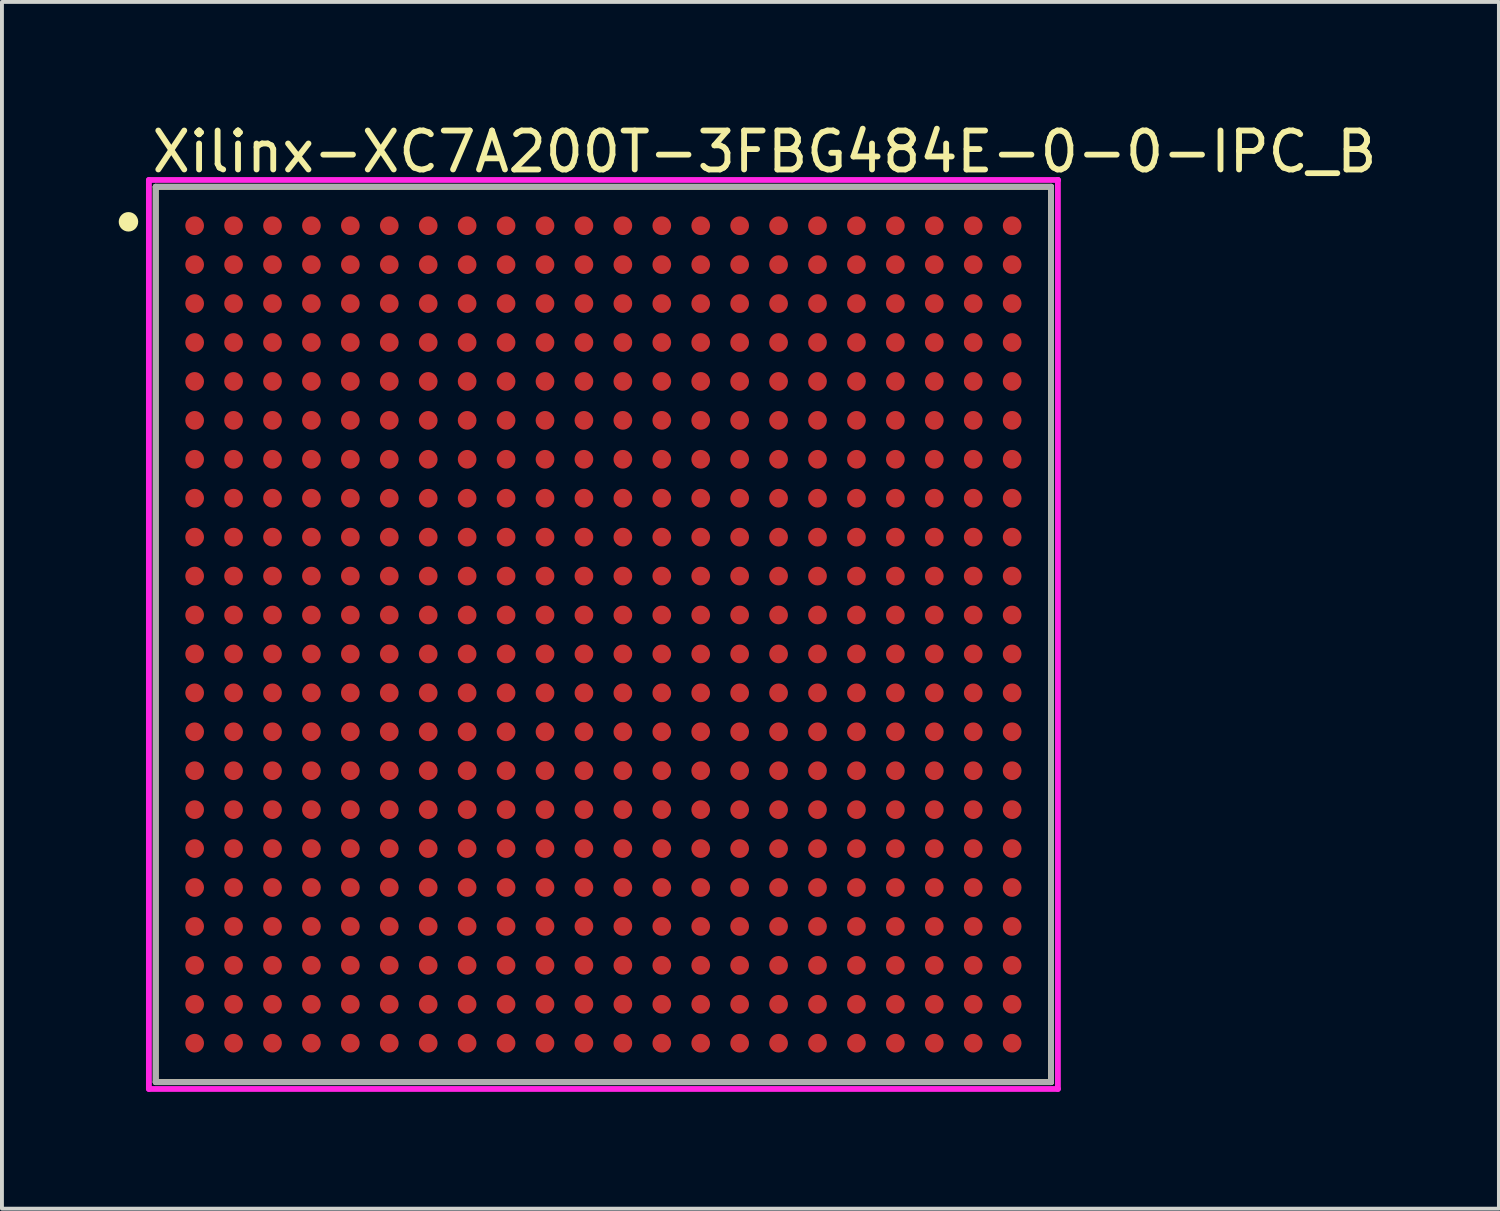
<source format=kicad_pcb>
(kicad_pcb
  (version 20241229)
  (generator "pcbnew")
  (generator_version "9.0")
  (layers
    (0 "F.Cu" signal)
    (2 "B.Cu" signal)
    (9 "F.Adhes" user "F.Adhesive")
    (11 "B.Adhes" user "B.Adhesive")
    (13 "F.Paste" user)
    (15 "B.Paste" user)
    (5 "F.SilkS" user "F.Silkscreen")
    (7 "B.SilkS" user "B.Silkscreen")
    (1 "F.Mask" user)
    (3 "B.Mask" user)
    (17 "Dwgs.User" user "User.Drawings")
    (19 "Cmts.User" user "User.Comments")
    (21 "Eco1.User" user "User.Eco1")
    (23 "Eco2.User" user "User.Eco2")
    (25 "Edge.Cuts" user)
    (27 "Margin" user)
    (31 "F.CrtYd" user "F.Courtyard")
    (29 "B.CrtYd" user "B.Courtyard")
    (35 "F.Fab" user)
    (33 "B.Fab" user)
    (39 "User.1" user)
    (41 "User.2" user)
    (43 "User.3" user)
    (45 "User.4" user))
  (footprint "Xilinx-XC7A200T-3FBG484E-0-0-IPC_B"
    (layer "F.Cu")
    (at 12.45 13.248)
    (property "Reference" "Xilinx-XC7A200T-3FBG484E-0-0-IPC_B" (at -11.675 -12.4 0) (layer "F.SilkS") (effects (font (size 1 1) (thickness 0.15)) (justify left)))
    (attr through_hole)
    (fp_line (start -11.5 -11.5) (end 11.5 -11.5) (stroke (width 0.15) (type solid)) (layer "F.SilkS"))
    (fp_line (start -11.5 11.5) (end -11.5 -11.5) (stroke (width 0.15) (type solid)) (layer "F.SilkS"))
    (fp_line (start 11.5 -11.5) (end 11.5 11.5) (stroke (width 0.15) (type solid)) (layer "F.SilkS"))
    (fp_line (start 11.5 11.5) (end -11.5 11.5) (stroke (width 0.15) (type solid)) (layer "F.SilkS"))
    (fp_circle (center -12.2 -10.6) (end -12.075 -10.6) (stroke (width 0.25) (type solid)) (fill no) (layer "F.SilkS"))
    (fp_line (start -11.675 -11.675) (end -11.675 11.675) (stroke (width 0.15) (type solid)) (layer "F.CrtYd"))
    (fp_line (start -11.675 11.675) (end 11.675 11.675) (stroke (width 0.15) (type solid)) (layer "F.CrtYd"))
    (fp_line (start 11.675 -11.675) (end -11.675 -11.675) (stroke (width 0.15) (type solid)) (layer "F.CrtYd"))
    (fp_line (start 11.675 -11.675) (end 11.675 -11.675) (stroke (width 0.15) (type solid)) (layer "F.CrtYd"))
    (fp_line (start 11.675 11.675) (end 11.675 -11.675) (stroke (width 0.15) (type solid)) (layer "F.CrtYd"))
    (fp_line (start -11.5 -11.5) (end 11.5 -11.5) (stroke (width 0.15) (type solid)) (layer "F.Fab"))
    (fp_line (start -11.5 11.5) (end -11.5 -11.5) (stroke (width 0.15) (type solid)) (layer "F.Fab"))
    (fp_line (start 11.5 -11.5) (end 11.5 11.5) (stroke (width 0.15) (type solid)) (layer "F.Fab"))
    (fp_line (start 11.5 11.5) (end -11.5 11.5) (stroke (width 0.15) (type solid)) (layer "F.Fab"))
    (pad "A1" smd circle (at -10.5 -10.5) (size 0.48 0.48) (layers "F.Cu" "F.Mask" "F.Paste"))
    (pad "A2" smd circle (at -9.5 -10.5) (size 0.48 0.48) (layers "F.Cu" "F.Mask" "F.Paste"))
    (pad "A3" smd circle (at -8.5 -10.5) (size 0.48 0.48) (layers "F.Cu" "F.Mask" "F.Paste"))
    (pad "A4" smd circle (at -7.5 -10.5) (size 0.48 0.48) (layers "F.Cu" "F.Mask" "F.Paste"))
    (pad "A5" smd circle (at -6.5 -10.5) (size 0.48 0.48) (layers "F.Cu" "F.Mask" "F.Paste"))
    (pad "A6" smd circle (at -5.5 -10.5) (size 0.48 0.48) (layers "F.Cu" "F.Mask" "F.Paste"))
    (pad "A7" smd circle (at -4.5 -10.5) (size 0.48 0.48) (layers "F.Cu" "F.Mask" "F.Paste"))
    (pad "A8" smd circle (at -3.5 -10.5) (size 0.48 0.48) (layers "F.Cu" "F.Mask" "F.Paste"))
    (pad "A9" smd circle (at -2.5 -10.5) (size 0.48 0.48) (layers "F.Cu" "F.Mask" "F.Paste"))
    (pad "A10" smd circle (at -1.5 -10.5) (size 0.48 0.48) (layers "F.Cu" "F.Mask" "F.Paste"))
    (pad "A11" smd circle (at -0.5 -10.5) (size 0.48 0.48) (layers "F.Cu" "F.Mask" "F.Paste"))
    (pad "A12" smd circle (at 0.5 -10.5) (size 0.48 0.48) (layers "F.Cu" "F.Mask" "F.Paste"))
    (pad "A13" smd circle (at 1.5 -10.5) (size 0.48 0.48) (layers "F.Cu" "F.Mask" "F.Paste"))
    (pad "A14" smd circle (at 2.5 -10.5) (size 0.48 0.48) (layers "F.Cu" "F.Mask" "F.Paste"))
    (pad "A15" smd circle (at 3.5 -10.5) (size 0.48 0.48) (layers "F.Cu" "F.Mask" "F.Paste"))
    (pad "A16" smd circle (at 4.5 -10.5) (size 0.48 0.48) (layers "F.Cu" "F.Mask" "F.Paste"))
    (pad "A17" smd circle (at 5.5 -10.5) (size 0.48 0.48) (layers "F.Cu" "F.Mask" "F.Paste"))
    (pad "A18" smd circle (at 6.5 -10.5) (size 0.48 0.48) (layers "F.Cu" "F.Mask" "F.Paste"))
    (pad "A19" smd circle (at 7.5 -10.5) (size 0.48 0.48) (layers "F.Cu" "F.Mask" "F.Paste"))
    (pad "A20" smd circle (at 8.5 -10.5) (size 0.48 0.48) (layers "F.Cu" "F.Mask" "F.Paste"))
    (pad "A21" smd circle (at 9.5 -10.5) (size 0.48 0.48) (layers "F.Cu" "F.Mask" "F.Paste"))
    (pad "A22" smd circle (at 10.5 -10.5) (size 0.48 0.48) (layers "F.Cu" "F.Mask" "F.Paste"))
    (pad "AA1" smd circle (at -10.5 9.5) (size 0.48 0.48) (layers "F.Cu" "F.Mask" "F.Paste"))
    (pad "AA2" smd circle (at -9.5 9.5) (size 0.48 0.48) (layers "F.Cu" "F.Mask" "F.Paste"))
    (pad "AA3" smd circle (at -8.5 9.5) (size 0.48 0.48) (layers "F.Cu" "F.Mask" "F.Paste"))
    (pad "AA4" smd circle (at -7.5 9.5) (size 0.48 0.48) (layers "F.Cu" "F.Mask" "F.Paste"))
    (pad "AA5" smd circle (at -6.5 9.5) (size 0.48 0.48) (layers "F.Cu" "F.Mask" "F.Paste"))
    (pad "AA6" smd circle (at -5.5 9.5) (size 0.48 0.48) (layers "F.Cu" "F.Mask" "F.Paste"))
    (pad "AA7" smd circle (at -4.5 9.5) (size 0.48 0.48) (layers "F.Cu" "F.Mask" "F.Paste"))
    (pad "AA8" smd circle (at -3.5 9.5) (size 0.48 0.48) (layers "F.Cu" "F.Mask" "F.Paste"))
    (pad "AA9" smd circle (at -2.5 9.5) (size 0.48 0.48) (layers "F.Cu" "F.Mask" "F.Paste"))
    (pad "AA10" smd circle (at -1.5 9.5) (size 0.48 0.48) (layers "F.Cu" "F.Mask" "F.Paste"))
    (pad "AA11" smd circle (at -0.5 9.5) (size 0.48 0.48) (layers "F.Cu" "F.Mask" "F.Paste"))
    (pad "AA12" smd circle (at 0.5 9.5) (size 0.48 0.48) (layers "F.Cu" "F.Mask" "F.Paste"))
    (pad "AA13" smd circle (at 1.5 9.5) (size 0.48 0.48) (layers "F.Cu" "F.Mask" "F.Paste"))
    (pad "AA14" smd circle (at 2.5 9.5) (size 0.48 0.48) (layers "F.Cu" "F.Mask" "F.Paste"))
    (pad "AA15" smd circle (at 3.5 9.5) (size 0.48 0.48) (layers "F.Cu" "F.Mask" "F.Paste"))
    (pad "AA16" smd circle (at 4.5 9.5) (size 0.48 0.48) (layers "F.Cu" "F.Mask" "F.Paste"))
    (pad "AA17" smd circle (at 5.5 9.5) (size 0.48 0.48) (layers "F.Cu" "F.Mask" "F.Paste"))
    (pad "AA18" smd circle (at 6.5 9.5) (size 0.48 0.48) (layers "F.Cu" "F.Mask" "F.Paste"))
    (pad "AA19" smd circle (at 7.5 9.5) (size 0.48 0.48) (layers "F.Cu" "F.Mask" "F.Paste"))
    (pad "AA20" smd circle (at 8.5 9.5) (size 0.48 0.48) (layers "F.Cu" "F.Mask" "F.Paste"))
    (pad "AA21" smd circle (at 9.5 9.5) (size 0.48 0.48) (layers "F.Cu" "F.Mask" "F.Paste"))
    (pad "AA22" smd circle (at 10.5 9.5) (size 0.48 0.48) (layers "F.Cu" "F.Mask" "F.Paste"))
    (pad "AB1" smd circle (at -10.5 10.5) (size 0.48 0.48) (layers "F.Cu" "F.Mask" "F.Paste"))
    (pad "AB2" smd circle (at -9.5 10.5) (size 0.48 0.48) (layers "F.Cu" "F.Mask" "F.Paste"))
    (pad "AB3" smd circle (at -8.5 10.5) (size 0.48 0.48) (layers "F.Cu" "F.Mask" "F.Paste"))
    (pad "AB4" smd circle (at -7.5 10.5) (size 0.48 0.48) (layers "F.Cu" "F.Mask" "F.Paste"))
    (pad "AB5" smd circle (at -6.5 10.5) (size 0.48 0.48) (layers "F.Cu" "F.Mask" "F.Paste"))
    (pad "AB6" smd circle (at -5.5 10.5) (size 0.48 0.48) (layers "F.Cu" "F.Mask" "F.Paste"))
    (pad "AB7" smd circle (at -4.5 10.5) (size 0.48 0.48) (layers "F.Cu" "F.Mask" "F.Paste"))
    (pad "AB8" smd circle (at -3.5 10.5) (size 0.48 0.48) (layers "F.Cu" "F.Mask" "F.Paste"))
    (pad "AB9" smd circle (at -2.5 10.5) (size 0.48 0.48) (layers "F.Cu" "F.Mask" "F.Paste"))
    (pad "AB10" smd circle (at -1.5 10.5) (size 0.48 0.48) (layers "F.Cu" "F.Mask" "F.Paste"))
    (pad "AB11" smd circle (at -0.5 10.5) (size 0.48 0.48) (layers "F.Cu" "F.Mask" "F.Paste"))
    (pad "AB12" smd circle (at 0.5 10.5) (size 0.48 0.48) (layers "F.Cu" "F.Mask" "F.Paste"))
    (pad "AB13" smd circle (at 1.5 10.5) (size 0.48 0.48) (layers "F.Cu" "F.Mask" "F.Paste"))
    (pad "AB14" smd circle (at 2.5 10.5) (size 0.48 0.48) (layers "F.Cu" "F.Mask" "F.Paste"))
    (pad "AB15" smd circle (at 3.5 10.5) (size 0.48 0.48) (layers "F.Cu" "F.Mask" "F.Paste"))
    (pad "AB16" smd circle (at 4.5 10.5) (size 0.48 0.48) (layers "F.Cu" "F.Mask" "F.Paste"))
    (pad "AB17" smd circle (at 5.5 10.5) (size 0.48 0.48) (layers "F.Cu" "F.Mask" "F.Paste"))
    (pad "AB18" smd circle (at 6.5 10.5) (size 0.48 0.48) (layers "F.Cu" "F.Mask" "F.Paste"))
    (pad "AB19" smd circle (at 7.5 10.5) (size 0.48 0.48) (layers "F.Cu" "F.Mask" "F.Paste"))
    (pad "AB20" smd circle (at 8.5 10.5) (size 0.48 0.48) (layers "F.Cu" "F.Mask" "F.Paste"))
    (pad "AB21" smd circle (at 9.5 10.5) (size 0.48 0.48) (layers "F.Cu" "F.Mask" "F.Paste"))
    (pad "AB22" smd circle (at 10.5 10.5) (size 0.48 0.48) (layers "F.Cu" "F.Mask" "F.Paste"))
    (pad "B1" smd circle (at -10.5 -9.5) (size 0.48 0.48) (layers "F.Cu" "F.Mask" "F.Paste"))
    (pad "B2" smd circle (at -9.5 -9.5) (size 0.48 0.48) (layers "F.Cu" "F.Mask" "F.Paste"))
    (pad "B3" smd circle (at -8.5 -9.5) (size 0.48 0.48) (layers "F.Cu" "F.Mask" "F.Paste"))
    (pad "B4" smd circle (at -7.5 -9.5) (size 0.48 0.48) (layers "F.Cu" "F.Mask" "F.Paste"))
    (pad "B5" smd circle (at -6.5 -9.5) (size 0.48 0.48) (layers "F.Cu" "F.Mask" "F.Paste"))
    (pad "B6" smd circle (at -5.5 -9.5) (size 0.48 0.48) (layers "F.Cu" "F.Mask" "F.Paste"))
    (pad "B7" smd circle (at -4.5 -9.5) (size 0.48 0.48) (layers "F.Cu" "F.Mask" "F.Paste"))
    (pad "B8" smd circle (at -3.5 -9.5) (size 0.48 0.48) (layers "F.Cu" "F.Mask" "F.Paste"))
    (pad "B9" smd circle (at -2.5 -9.5) (size 0.48 0.48) (layers "F.Cu" "F.Mask" "F.Paste"))
    (pad "B10" smd circle (at -1.5 -9.5) (size 0.48 0.48) (layers "F.Cu" "F.Mask" "F.Paste"))
    (pad "B11" smd circle (at -0.5 -9.5) (size 0.48 0.48) (layers "F.Cu" "F.Mask" "F.Paste"))
    (pad "B12" smd circle (at 0.5 -9.5) (size 0.48 0.48) (layers "F.Cu" "F.Mask" "F.Paste"))
    (pad "B13" smd circle (at 1.5 -9.5) (size 0.48 0.48) (layers "F.Cu" "F.Mask" "F.Paste"))
    (pad "B14" smd circle (at 2.5 -9.5) (size 0.48 0.48) (layers "F.Cu" "F.Mask" "F.Paste"))
    (pad "B15" smd circle (at 3.5 -9.5) (size 0.48 0.48) (layers "F.Cu" "F.Mask" "F.Paste"))
    (pad "B16" smd circle (at 4.5 -9.5) (size 0.48 0.48) (layers "F.Cu" "F.Mask" "F.Paste"))
    (pad "B17" smd circle (at 5.5 -9.5) (size 0.48 0.48) (layers "F.Cu" "F.Mask" "F.Paste"))
    (pad "B18" smd circle (at 6.5 -9.5) (size 0.48 0.48) (layers "F.Cu" "F.Mask" "F.Paste"))
    (pad "B19" smd circle (at 7.5 -9.5) (size 0.48 0.48) (layers "F.Cu" "F.Mask" "F.Paste"))
    (pad "B20" smd circle (at 8.5 -9.5) (size 0.48 0.48) (layers "F.Cu" "F.Mask" "F.Paste"))
    (pad "B21" smd circle (at 9.5 -9.5) (size 0.48 0.48) (layers "F.Cu" "F.Mask" "F.Paste"))
    (pad "B22" smd circle (at 10.5 -9.5) (size 0.48 0.48) (layers "F.Cu" "F.Mask" "F.Paste"))
    (pad "C1" smd circle (at -10.5 -8.5) (size 0.48 0.48) (layers "F.Cu" "F.Mask" "F.Paste"))
    (pad "C2" smd circle (at -9.5 -8.5) (size 0.48 0.48) (layers "F.Cu" "F.Mask" "F.Paste"))
    (pad "C3" smd circle (at -8.5 -8.5) (size 0.48 0.48) (layers "F.Cu" "F.Mask" "F.Paste"))
    (pad "C4" smd circle (at -7.5 -8.5) (size 0.48 0.48) (layers "F.Cu" "F.Mask" "F.Paste"))
    (pad "C5" smd circle (at -6.5 -8.5) (size 0.48 0.48) (layers "F.Cu" "F.Mask" "F.Paste"))
    (pad "C6" smd circle (at -5.5 -8.5) (size 0.48 0.48) (layers "F.Cu" "F.Mask" "F.Paste"))
    (pad "C7" smd circle (at -4.5 -8.5) (size 0.48 0.48) (layers "F.Cu" "F.Mask" "F.Paste"))
    (pad "C8" smd circle (at -3.5 -8.5) (size 0.48 0.48) (layers "F.Cu" "F.Mask" "F.Paste"))
    (pad "C9" smd circle (at -2.5 -8.5) (size 0.48 0.48) (layers "F.Cu" "F.Mask" "F.Paste"))
    (pad "C10" smd circle (at -1.5 -8.5) (size 0.48 0.48) (layers "F.Cu" "F.Mask" "F.Paste"))
    (pad "C11" smd circle (at -0.5 -8.5) (size 0.48 0.48) (layers "F.Cu" "F.Mask" "F.Paste"))
    (pad "C12" smd circle (at 0.5 -8.5) (size 0.48 0.48) (layers "F.Cu" "F.Mask" "F.Paste"))
    (pad "C13" smd circle (at 1.5 -8.5) (size 0.48 0.48) (layers "F.Cu" "F.Mask" "F.Paste"))
    (pad "C14" smd circle (at 2.5 -8.5) (size 0.48 0.48) (layers "F.Cu" "F.Mask" "F.Paste"))
    (pad "C15" smd circle (at 3.5 -8.5) (size 0.48 0.48) (layers "F.Cu" "F.Mask" "F.Paste"))
    (pad "C16" smd circle (at 4.5 -8.5) (size 0.48 0.48) (layers "F.Cu" "F.Mask" "F.Paste"))
    (pad "C17" smd circle (at 5.5 -8.5) (size 0.48 0.48) (layers "F.Cu" "F.Mask" "F.Paste"))
    (pad "C18" smd circle (at 6.5 -8.5) (size 0.48 0.48) (layers "F.Cu" "F.Mask" "F.Paste"))
    (pad "C19" smd circle (at 7.5 -8.5) (size 0.48 0.48) (layers "F.Cu" "F.Mask" "F.Paste"))
    (pad "C20" smd circle (at 8.5 -8.5) (size 0.48 0.48) (layers "F.Cu" "F.Mask" "F.Paste"))
    (pad "C21" smd circle (at 9.5 -8.5) (size 0.48 0.48) (layers "F.Cu" "F.Mask" "F.Paste"))
    (pad "C22" smd circle (at 10.5 -8.5) (size 0.48 0.48) (layers "F.Cu" "F.Mask" "F.Paste"))
    (pad "D1" smd circle (at -10.5 -7.5) (size 0.48 0.48) (layers "F.Cu" "F.Mask" "F.Paste"))
    (pad "D2" smd circle (at -9.5 -7.5) (size 0.48 0.48) (layers "F.Cu" "F.Mask" "F.Paste"))
    (pad "D3" smd circle (at -8.5 -7.5) (size 0.48 0.48) (layers "F.Cu" "F.Mask" "F.Paste"))
    (pad "D4" smd circle (at -7.5 -7.5) (size 0.48 0.48) (layers "F.Cu" "F.Mask" "F.Paste"))
    (pad "D5" smd circle (at -6.5 -7.5) (size 0.48 0.48) (layers "F.Cu" "F.Mask" "F.Paste"))
    (pad "D6" smd circle (at -5.5 -7.5) (size 0.48 0.48) (layers "F.Cu" "F.Mask" "F.Paste"))
    (pad "D7" smd circle (at -4.5 -7.5) (size 0.48 0.48) (layers "F.Cu" "F.Mask" "F.Paste"))
    (pad "D8" smd circle (at -3.5 -7.5) (size 0.48 0.48) (layers "F.Cu" "F.Mask" "F.Paste"))
    (pad "D9" smd circle (at -2.5 -7.5) (size 0.48 0.48) (layers "F.Cu" "F.Mask" "F.Paste"))
    (pad "D10" smd circle (at -1.5 -7.5) (size 0.48 0.48) (layers "F.Cu" "F.Mask" "F.Paste"))
    (pad "D11" smd circle (at -0.5 -7.5) (size 0.48 0.48) (layers "F.Cu" "F.Mask" "F.Paste"))
    (pad "D12" smd circle (at 0.5 -7.5) (size 0.48 0.48) (layers "F.Cu" "F.Mask" "F.Paste"))
    (pad "D13" smd circle (at 1.5 -7.5) (size 0.48 0.48) (layers "F.Cu" "F.Mask" "F.Paste"))
    (pad "D14" smd circle (at 2.5 -7.5) (size 0.48 0.48) (layers "F.Cu" "F.Mask" "F.Paste"))
    (pad "D15" smd circle (at 3.5 -7.5) (size 0.48 0.48) (layers "F.Cu" "F.Mask" "F.Paste"))
    (pad "D16" smd circle (at 4.5 -7.5) (size 0.48 0.48) (layers "F.Cu" "F.Mask" "F.Paste"))
    (pad "D17" smd circle (at 5.5 -7.5) (size 0.48 0.48) (layers "F.Cu" "F.Mask" "F.Paste"))
    (pad "D18" smd circle (at 6.5 -7.5) (size 0.48 0.48) (layers "F.Cu" "F.Mask" "F.Paste"))
    (pad "D19" smd circle (at 7.5 -7.5) (size 0.48 0.48) (layers "F.Cu" "F.Mask" "F.Paste"))
    (pad "D20" smd circle (at 8.5 -7.5) (size 0.48 0.48) (layers "F.Cu" "F.Mask" "F.Paste"))
    (pad "D21" smd circle (at 9.5 -7.5) (size 0.48 0.48) (layers "F.Cu" "F.Mask" "F.Paste"))
    (pad "D22" smd circle (at 10.5 -7.5) (size 0.48 0.48) (layers "F.Cu" "F.Mask" "F.Paste"))
    (pad "E1" smd circle (at -10.5 -6.5) (size 0.48 0.48) (layers "F.Cu" "F.Mask" "F.Paste"))
    (pad "E2" smd circle (at -9.5 -6.5) (size 0.48 0.48) (layers "F.Cu" "F.Mask" "F.Paste"))
    (pad "E3" smd circle (at -8.5 -6.5) (size 0.48 0.48) (layers "F.Cu" "F.Mask" "F.Paste"))
    (pad "E4" smd circle (at -7.5 -6.5) (size 0.48 0.48) (layers "F.Cu" "F.Mask" "F.Paste"))
    (pad "E5" smd circle (at -6.5 -6.5) (size 0.48 0.48) (layers "F.Cu" "F.Mask" "F.Paste"))
    (pad "E6" smd circle (at -5.5 -6.5) (size 0.48 0.48) (layers "F.Cu" "F.Mask" "F.Paste"))
    (pad "E7" smd circle (at -4.5 -6.5) (size 0.48 0.48) (layers "F.Cu" "F.Mask" "F.Paste"))
    (pad "E8" smd circle (at -3.5 -6.5) (size 0.48 0.48) (layers "F.Cu" "F.Mask" "F.Paste"))
    (pad "E9" smd circle (at -2.5 -6.5) (size 0.48 0.48) (layers "F.Cu" "F.Mask" "F.Paste"))
    (pad "E10" smd circle (at -1.5 -6.5) (size 0.48 0.48) (layers "F.Cu" "F.Mask" "F.Paste"))
    (pad "E11" smd circle (at -0.5 -6.5) (size 0.48 0.48) (layers "F.Cu" "F.Mask" "F.Paste"))
    (pad "E12" smd circle (at 0.5 -6.5) (size 0.48 0.48) (layers "F.Cu" "F.Mask" "F.Paste"))
    (pad "E13" smd circle (at 1.5 -6.5) (size 0.48 0.48) (layers "F.Cu" "F.Mask" "F.Paste"))
    (pad "E14" smd circle (at 2.5 -6.5) (size 0.48 0.48) (layers "F.Cu" "F.Mask" "F.Paste"))
    (pad "E15" smd circle (at 3.5 -6.5) (size 0.48 0.48) (layers "F.Cu" "F.Mask" "F.Paste"))
    (pad "E16" smd circle (at 4.5 -6.5) (size 0.48 0.48) (layers "F.Cu" "F.Mask" "F.Paste"))
    (pad "E17" smd circle (at 5.5 -6.5) (size 0.48 0.48) (layers "F.Cu" "F.Mask" "F.Paste"))
    (pad "E18" smd circle (at 6.5 -6.5) (size 0.48 0.48) (layers "F.Cu" "F.Mask" "F.Paste"))
    (pad "E19" smd circle (at 7.5 -6.5) (size 0.48 0.48) (layers "F.Cu" "F.Mask" "F.Paste"))
    (pad "E20" smd circle (at 8.5 -6.5) (size 0.48 0.48) (layers "F.Cu" "F.Mask" "F.Paste"))
    (pad "E21" smd circle (at 9.5 -6.5) (size 0.48 0.48) (layers "F.Cu" "F.Mask" "F.Paste"))
    (pad "E22" smd circle (at 10.5 -6.5) (size 0.48 0.48) (layers "F.Cu" "F.Mask" "F.Paste"))
    (pad "F1" smd circle (at -10.5 -5.5) (size 0.48 0.48) (layers "F.Cu" "F.Mask" "F.Paste"))
    (pad "F2" smd circle (at -9.5 -5.5) (size 0.48 0.48) (layers "F.Cu" "F.Mask" "F.Paste"))
    (pad "F3" smd circle (at -8.5 -5.5) (size 0.48 0.48) (layers "F.Cu" "F.Mask" "F.Paste"))
    (pad "F4" smd circle (at -7.5 -5.5) (size 0.48 0.48) (layers "F.Cu" "F.Mask" "F.Paste"))
    (pad "F5" smd circle (at -6.5 -5.5) (size 0.48 0.48) (layers "F.Cu" "F.Mask" "F.Paste"))
    (pad "F6" smd circle (at -5.5 -5.5) (size 0.48 0.48) (layers "F.Cu" "F.Mask" "F.Paste"))
    (pad "F7" smd circle (at -4.5 -5.5) (size 0.48 0.48) (layers "F.Cu" "F.Mask" "F.Paste"))
    (pad "F8" smd circle (at -3.5 -5.5) (size 0.48 0.48) (layers "F.Cu" "F.Mask" "F.Paste"))
    (pad "F9" smd circle (at -2.5 -5.5) (size 0.48 0.48) (layers "F.Cu" "F.Mask" "F.Paste"))
    (pad "F10" smd circle (at -1.5 -5.5) (size 0.48 0.48) (layers "F.Cu" "F.Mask" "F.Paste"))
    (pad "F11" smd circle (at -0.5 -5.5) (size 0.48 0.48) (layers "F.Cu" "F.Mask" "F.Paste"))
    (pad "F12" smd circle (at 0.5 -5.5) (size 0.48 0.48) (layers "F.Cu" "F.Mask" "F.Paste"))
    (pad "F13" smd circle (at 1.5 -5.5) (size 0.48 0.48) (layers "F.Cu" "F.Mask" "F.Paste"))
    (pad "F14" smd circle (at 2.5 -5.5) (size 0.48 0.48) (layers "F.Cu" "F.Mask" "F.Paste"))
    (pad "F15" smd circle (at 3.5 -5.5) (size 0.48 0.48) (layers "F.Cu" "F.Mask" "F.Paste"))
    (pad "F16" smd circle (at 4.5 -5.5) (size 0.48 0.48) (layers "F.Cu" "F.Mask" "F.Paste"))
    (pad "F17" smd circle (at 5.5 -5.5) (size 0.48 0.48) (layers "F.Cu" "F.Mask" "F.Paste"))
    (pad "F18" smd circle (at 6.5 -5.5) (size 0.48 0.48) (layers "F.Cu" "F.Mask" "F.Paste"))
    (pad "F19" smd circle (at 7.5 -5.5) (size 0.48 0.48) (layers "F.Cu" "F.Mask" "F.Paste"))
    (pad "F20" smd circle (at 8.5 -5.5) (size 0.48 0.48) (layers "F.Cu" "F.Mask" "F.Paste"))
    (pad "F21" smd circle (at 9.5 -5.5) (size 0.48 0.48) (layers "F.Cu" "F.Mask" "F.Paste"))
    (pad "F22" smd circle (at 10.5 -5.5) (size 0.48 0.48) (layers "F.Cu" "F.Mask" "F.Paste"))
    (pad "G1" smd circle (at -10.5 -4.5) (size 0.48 0.48) (layers "F.Cu" "F.Mask" "F.Paste"))
    (pad "G2" smd circle (at -9.5 -4.5) (size 0.48 0.48) (layers "F.Cu" "F.Mask" "F.Paste"))
    (pad "G3" smd circle (at -8.5 -4.5) (size 0.48 0.48) (layers "F.Cu" "F.Mask" "F.Paste"))
    (pad "G4" smd circle (at -7.5 -4.5) (size 0.48 0.48) (layers "F.Cu" "F.Mask" "F.Paste"))
    (pad "G5" smd circle (at -6.5 -4.5) (size 0.48 0.48) (layers "F.Cu" "F.Mask" "F.Paste"))
    (pad "G6" smd circle (at -5.5 -4.5) (size 0.48 0.48) (layers "F.Cu" "F.Mask" "F.Paste"))
    (pad "G7" smd circle (at -4.5 -4.5) (size 0.48 0.48) (layers "F.Cu" "F.Mask" "F.Paste"))
    (pad "G8" smd circle (at -3.5 -4.5) (size 0.48 0.48) (layers "F.Cu" "F.Mask" "F.Paste"))
    (pad "G9" smd circle (at -2.5 -4.5) (size 0.48 0.48) (layers "F.Cu" "F.Mask" "F.Paste"))
    (pad "G10" smd circle (at -1.5 -4.5) (size 0.48 0.48) (layers "F.Cu" "F.Mask" "F.Paste"))
    (pad "G11" smd circle (at -0.5 -4.5) (size 0.48 0.48) (layers "F.Cu" "F.Mask" "F.Paste"))
    (pad "G12" smd circle (at 0.5 -4.5) (size 0.48 0.48) (layers "F.Cu" "F.Mask" "F.Paste"))
    (pad "G13" smd circle (at 1.5 -4.5) (size 0.48 0.48) (layers "F.Cu" "F.Mask" "F.Paste"))
    (pad "G14" smd circle (at 2.5 -4.5) (size 0.48 0.48) (layers "F.Cu" "F.Mask" "F.Paste"))
    (pad "G15" smd circle (at 3.5 -4.5) (size 0.48 0.48) (layers "F.Cu" "F.Mask" "F.Paste"))
    (pad "G16" smd circle (at 4.5 -4.5) (size 0.48 0.48) (layers "F.Cu" "F.Mask" "F.Paste"))
    (pad "G17" smd circle (at 5.5 -4.5) (size 0.48 0.48) (layers "F.Cu" "F.Mask" "F.Paste"))
    (pad "G18" smd circle (at 6.5 -4.5) (size 0.48 0.48) (layers "F.Cu" "F.Mask" "F.Paste"))
    (pad "G19" smd circle (at 7.5 -4.5) (size 0.48 0.48) (layers "F.Cu" "F.Mask" "F.Paste"))
    (pad "G20" smd circle (at 8.5 -4.5) (size 0.48 0.48) (layers "F.Cu" "F.Mask" "F.Paste"))
    (pad "G21" smd circle (at 9.5 -4.5) (size 0.48 0.48) (layers "F.Cu" "F.Mask" "F.Paste"))
    (pad "G22" smd circle (at 10.5 -4.5) (size 0.48 0.48) (layers "F.Cu" "F.Mask" "F.Paste"))
    (pad "H1" smd circle (at -10.5 -3.5) (size 0.48 0.48) (layers "F.Cu" "F.Mask" "F.Paste"))
    (pad "H2" smd circle (at -9.5 -3.5) (size 0.48 0.48) (layers "F.Cu" "F.Mask" "F.Paste"))
    (pad "H3" smd circle (at -8.5 -3.5) (size 0.48 0.48) (layers "F.Cu" "F.Mask" "F.Paste"))
    (pad "H4" smd circle (at -7.5 -3.5) (size 0.48 0.48) (layers "F.Cu" "F.Mask" "F.Paste"))
    (pad "H5" smd circle (at -6.5 -3.5) (size 0.48 0.48) (layers "F.Cu" "F.Mask" "F.Paste"))
    (pad "H6" smd circle (at -5.5 -3.5) (size 0.48 0.48) (layers "F.Cu" "F.Mask" "F.Paste"))
    (pad "H7" smd circle (at -4.5 -3.5) (size 0.48 0.48) (layers "F.Cu" "F.Mask" "F.Paste"))
    (pad "H8" smd circle (at -3.5 -3.5) (size 0.48 0.48) (layers "F.Cu" "F.Mask" "F.Paste"))
    (pad "H9" smd circle (at -2.5 -3.5) (size 0.48 0.48) (layers "F.Cu" "F.Mask" "F.Paste"))
    (pad "H10" smd circle (at -1.5 -3.5) (size 0.48 0.48) (layers "F.Cu" "F.Mask" "F.Paste"))
    (pad "H11" smd circle (at -0.5 -3.5) (size 0.48 0.48) (layers "F.Cu" "F.Mask" "F.Paste"))
    (pad "H12" smd circle (at 0.5 -3.5) (size 0.48 0.48) (layers "F.Cu" "F.Mask" "F.Paste"))
    (pad "H13" smd circle (at 1.5 -3.5) (size 0.48 0.48) (layers "F.Cu" "F.Mask" "F.Paste"))
    (pad "H14" smd circle (at 2.5 -3.5) (size 0.48 0.48) (layers "F.Cu" "F.Mask" "F.Paste"))
    (pad "H15" smd circle (at 3.5 -3.5) (size 0.48 0.48) (layers "F.Cu" "F.Mask" "F.Paste"))
    (pad "H16" smd circle (at 4.5 -3.5) (size 0.48 0.48) (layers "F.Cu" "F.Mask" "F.Paste"))
    (pad "H17" smd circle (at 5.5 -3.5) (size 0.48 0.48) (layers "F.Cu" "F.Mask" "F.Paste"))
    (pad "H18" smd circle (at 6.5 -3.5) (size 0.48 0.48) (layers "F.Cu" "F.Mask" "F.Paste"))
    (pad "H19" smd circle (at 7.5 -3.5) (size 0.48 0.48) (layers "F.Cu" "F.Mask" "F.Paste"))
    (pad "H20" smd circle (at 8.5 -3.5) (size 0.48 0.48) (layers "F.Cu" "F.Mask" "F.Paste"))
    (pad "H21" smd circle (at 9.5 -3.5) (size 0.48 0.48) (layers "F.Cu" "F.Mask" "F.Paste"))
    (pad "H22" smd circle (at 10.5 -3.5) (size 0.48 0.48) (layers "F.Cu" "F.Mask" "F.Paste"))
    (pad "J1" smd circle (at -10.5 -2.5) (size 0.48 0.48) (layers "F.Cu" "F.Mask" "F.Paste"))
    (pad "J2" smd circle (at -9.5 -2.5) (size 0.48 0.48) (layers "F.Cu" "F.Mask" "F.Paste"))
    (pad "J3" smd circle (at -8.5 -2.5) (size 0.48 0.48) (layers "F.Cu" "F.Mask" "F.Paste"))
    (pad "J4" smd circle (at -7.5 -2.5) (size 0.48 0.48) (layers "F.Cu" "F.Mask" "F.Paste"))
    (pad "J5" smd circle (at -6.5 -2.5) (size 0.48 0.48) (layers "F.Cu" "F.Mask" "F.Paste"))
    (pad "J6" smd circle (at -5.5 -2.5) (size 0.48 0.48) (layers "F.Cu" "F.Mask" "F.Paste"))
    (pad "J7" smd circle (at -4.5 -2.5) (size 0.48 0.48) (layers "F.Cu" "F.Mask" "F.Paste"))
    (pad "J8" smd circle (at -3.5 -2.5) (size 0.48 0.48) (layers "F.Cu" "F.Mask" "F.Paste"))
    (pad "J9" smd circle (at -2.5 -2.5) (size 0.48 0.48) (layers "F.Cu" "F.Mask" "F.Paste"))
    (pad "J10" smd circle (at -1.5 -2.5) (size 0.48 0.48) (layers "F.Cu" "F.Mask" "F.Paste"))
    (pad "J11" smd circle (at -0.5 -2.5) (size 0.48 0.48) (layers "F.Cu" "F.Mask" "F.Paste"))
    (pad "J12" smd circle (at 0.5 -2.5) (size 0.48 0.48) (layers "F.Cu" "F.Mask" "F.Paste"))
    (pad "J13" smd circle (at 1.5 -2.5) (size 0.48 0.48) (layers "F.Cu" "F.Mask" "F.Paste"))
    (pad "J14" smd circle (at 2.5 -2.5) (size 0.48 0.48) (layers "F.Cu" "F.Mask" "F.Paste"))
    (pad "J15" smd circle (at 3.5 -2.5) (size 0.48 0.48) (layers "F.Cu" "F.Mask" "F.Paste"))
    (pad "J16" smd circle (at 4.5 -2.5) (size 0.48 0.48) (layers "F.Cu" "F.Mask" "F.Paste"))
    (pad "J17" smd circle (at 5.5 -2.5) (size 0.48 0.48) (layers "F.Cu" "F.Mask" "F.Paste"))
    (pad "J18" smd circle (at 6.5 -2.5) (size 0.48 0.48) (layers "F.Cu" "F.Mask" "F.Paste"))
    (pad "J19" smd circle (at 7.5 -2.5) (size 0.48 0.48) (layers "F.Cu" "F.Mask" "F.Paste"))
    (pad "J20" smd circle (at 8.5 -2.5) (size 0.48 0.48) (layers "F.Cu" "F.Mask" "F.Paste"))
    (pad "J21" smd circle (at 9.5 -2.5) (size 0.48 0.48) (layers "F.Cu" "F.Mask" "F.Paste"))
    (pad "J22" smd circle (at 10.5 -2.5) (size 0.48 0.48) (layers "F.Cu" "F.Mask" "F.Paste"))
    (pad "K1" smd circle (at -10.5 -1.5) (size 0.48 0.48) (layers "F.Cu" "F.Mask" "F.Paste"))
    (pad "K2" smd circle (at -9.5 -1.5) (size 0.48 0.48) (layers "F.Cu" "F.Mask" "F.Paste"))
    (pad "K3" smd circle (at -8.5 -1.5) (size 0.48 0.48) (layers "F.Cu" "F.Mask" "F.Paste"))
    (pad "K4" smd circle (at -7.5 -1.5) (size 0.48 0.48) (layers "F.Cu" "F.Mask" "F.Paste"))
    (pad "K5" smd circle (at -6.5 -1.5) (size 0.48 0.48) (layers "F.Cu" "F.Mask" "F.Paste"))
    (pad "K6" smd circle (at -5.5 -1.5) (size 0.48 0.48) (layers "F.Cu" "F.Mask" "F.Paste"))
    (pad "K7" smd circle (at -4.5 -1.5) (size 0.48 0.48) (layers "F.Cu" "F.Mask" "F.Paste"))
    (pad "K8" smd circle (at -3.5 -1.5) (size 0.48 0.48) (layers "F.Cu" "F.Mask" "F.Paste"))
    (pad "K9" smd circle (at -2.5 -1.5) (size 0.48 0.48) (layers "F.Cu" "F.Mask" "F.Paste"))
    (pad "K10" smd circle (at -1.5 -1.5) (size 0.48 0.48) (layers "F.Cu" "F.Mask" "F.Paste"))
    (pad "K11" smd circle (at -0.5 -1.5) (size 0.48 0.48) (layers "F.Cu" "F.Mask" "F.Paste"))
    (pad "K12" smd circle (at 0.5 -1.5) (size 0.48 0.48) (layers "F.Cu" "F.Mask" "F.Paste"))
    (pad "K13" smd circle (at 1.5 -1.5) (size 0.48 0.48) (layers "F.Cu" "F.Mask" "F.Paste"))
    (pad "K14" smd circle (at 2.5 -1.5) (size 0.48 0.48) (layers "F.Cu" "F.Mask" "F.Paste"))
    (pad "K15" smd circle (at 3.5 -1.5) (size 0.48 0.48) (layers "F.Cu" "F.Mask" "F.Paste"))
    (pad "K16" smd circle (at 4.5 -1.5) (size 0.48 0.48) (layers "F.Cu" "F.Mask" "F.Paste"))
    (pad "K17" smd circle (at 5.5 -1.5) (size 0.48 0.48) (layers "F.Cu" "F.Mask" "F.Paste"))
    (pad "K18" smd circle (at 6.5 -1.5) (size 0.48 0.48) (layers "F.Cu" "F.Mask" "F.Paste"))
    (pad "K19" smd circle (at 7.5 -1.5) (size 0.48 0.48) (layers "F.Cu" "F.Mask" "F.Paste"))
    (pad "K20" smd circle (at 8.5 -1.5) (size 0.48 0.48) (layers "F.Cu" "F.Mask" "F.Paste"))
    (pad "K21" smd circle (at 9.5 -1.5) (size 0.48 0.48) (layers "F.Cu" "F.Mask" "F.Paste"))
    (pad "K22" smd circle (at 10.5 -1.5) (size 0.48 0.48) (layers "F.Cu" "F.Mask" "F.Paste"))
    (pad "L1" smd circle (at -10.5 -0.5) (size 0.48 0.48) (layers "F.Cu" "F.Mask" "F.Paste"))
    (pad "L2" smd circle (at -9.5 -0.5) (size 0.48 0.48) (layers "F.Cu" "F.Mask" "F.Paste"))
    (pad "L3" smd circle (at -8.5 -0.5) (size 0.48 0.48) (layers "F.Cu" "F.Mask" "F.Paste"))
    (pad "L4" smd circle (at -7.5 -0.5) (size 0.48 0.48) (layers "F.Cu" "F.Mask" "F.Paste"))
    (pad "L5" smd circle (at -6.5 -0.5) (size 0.48 0.48) (layers "F.Cu" "F.Mask" "F.Paste"))
    (pad "L6" smd circle (at -5.5 -0.5) (size 0.48 0.48) (layers "F.Cu" "F.Mask" "F.Paste"))
    (pad "L7" smd circle (at -4.5 -0.5) (size 0.48 0.48) (layers "F.Cu" "F.Mask" "F.Paste"))
    (pad "L8" smd circle (at -3.5 -0.5) (size 0.48 0.48) (layers "F.Cu" "F.Mask" "F.Paste"))
    (pad "L9" smd circle (at -2.5 -0.5) (size 0.48 0.48) (layers "F.Cu" "F.Mask" "F.Paste"))
    (pad "L10" smd circle (at -1.5 -0.5) (size 0.48 0.48) (layers "F.Cu" "F.Mask" "F.Paste"))
    (pad "L11" smd circle (at -0.5 -0.5) (size 0.48 0.48) (layers "F.Cu" "F.Mask" "F.Paste"))
    (pad "L12" smd circle (at 0.5 -0.5) (size 0.48 0.48) (layers "F.Cu" "F.Mask" "F.Paste"))
    (pad "L13" smd circle (at 1.5 -0.5) (size 0.48 0.48) (layers "F.Cu" "F.Mask" "F.Paste"))
    (pad "L14" smd circle (at 2.5 -0.5) (size 0.48 0.48) (layers "F.Cu" "F.Mask" "F.Paste"))
    (pad "L15" smd circle (at 3.5 -0.5) (size 0.48 0.48) (layers "F.Cu" "F.Mask" "F.Paste"))
    (pad "L16" smd circle (at 4.5 -0.5) (size 0.48 0.48) (layers "F.Cu" "F.Mask" "F.Paste"))
    (pad "L17" smd circle (at 5.5 -0.5) (size 0.48 0.48) (layers "F.Cu" "F.Mask" "F.Paste"))
    (pad "L18" smd circle (at 6.5 -0.5) (size 0.48 0.48) (layers "F.Cu" "F.Mask" "F.Paste"))
    (pad "L19" smd circle (at 7.5 -0.5) (size 0.48 0.48) (layers "F.Cu" "F.Mask" "F.Paste"))
    (pad "L20" smd circle (at 8.5 -0.5) (size 0.48 0.48) (layers "F.Cu" "F.Mask" "F.Paste"))
    (pad "L21" smd circle (at 9.5 -0.5) (size 0.48 0.48) (layers "F.Cu" "F.Mask" "F.Paste"))
    (pad "L22" smd circle (at 10.5 -0.5) (size 0.48 0.48) (layers "F.Cu" "F.Mask" "F.Paste"))
    (pad "M1" smd circle (at -10.5 0.5) (size 0.48 0.48) (layers "F.Cu" "F.Mask" "F.Paste"))
    (pad "M2" smd circle (at -9.5 0.5) (size 0.48 0.48) (layers "F.Cu" "F.Mask" "F.Paste"))
    (pad "M3" smd circle (at -8.5 0.5) (size 0.48 0.48) (layers "F.Cu" "F.Mask" "F.Paste"))
    (pad "M4" smd circle (at -7.5 0.5) (size 0.48 0.48) (layers "F.Cu" "F.Mask" "F.Paste"))
    (pad "M5" smd circle (at -6.5 0.5) (size 0.48 0.48) (layers "F.Cu" "F.Mask" "F.Paste"))
    (pad "M6" smd circle (at -5.5 0.5) (size 0.48 0.48) (layers "F.Cu" "F.Mask" "F.Paste"))
    (pad "M7" smd circle (at -4.5 0.5) (size 0.48 0.48) (layers "F.Cu" "F.Mask" "F.Paste"))
    (pad "M8" smd circle (at -3.5 0.5) (size 0.48 0.48) (layers "F.Cu" "F.Mask" "F.Paste"))
    (pad "M9" smd circle (at -2.5 0.5) (size 0.48 0.48) (layers "F.Cu" "F.Mask" "F.Paste"))
    (pad "M10" smd circle (at -1.5 0.5) (size 0.48 0.48) (layers "F.Cu" "F.Mask" "F.Paste"))
    (pad "M11" smd circle (at -0.5 0.5) (size 0.48 0.48) (layers "F.Cu" "F.Mask" "F.Paste"))
    (pad "M12" smd circle (at 0.5 0.5) (size 0.48 0.48) (layers "F.Cu" "F.Mask" "F.Paste"))
    (pad "M13" smd circle (at 1.5 0.5) (size 0.48 0.48) (layers "F.Cu" "F.Mask" "F.Paste"))
    (pad "M14" smd circle (at 2.5 0.5) (size 0.48 0.48) (layers "F.Cu" "F.Mask" "F.Paste"))
    (pad "M15" smd circle (at 3.5 0.5) (size 0.48 0.48) (layers "F.Cu" "F.Mask" "F.Paste"))
    (pad "M16" smd circle (at 4.5 0.5) (size 0.48 0.48) (layers "F.Cu" "F.Mask" "F.Paste"))
    (pad "M17" smd circle (at 5.5 0.5) (size 0.48 0.48) (layers "F.Cu" "F.Mask" "F.Paste"))
    (pad "M18" smd circle (at 6.5 0.5) (size 0.48 0.48) (layers "F.Cu" "F.Mask" "F.Paste"))
    (pad "M19" smd circle (at 7.5 0.5) (size 0.48 0.48) (layers "F.Cu" "F.Mask" "F.Paste"))
    (pad "M20" smd circle (at 8.5 0.5) (size 0.48 0.48) (layers "F.Cu" "F.Mask" "F.Paste"))
    (pad "M21" smd circle (at 9.5 0.5) (size 0.48 0.48) (layers "F.Cu" "F.Mask" "F.Paste"))
    (pad "M22" smd circle (at 10.5 0.5) (size 0.48 0.48) (layers "F.Cu" "F.Mask" "F.Paste"))
    (pad "N1" smd circle (at -10.5 1.5) (size 0.48 0.48) (layers "F.Cu" "F.Mask" "F.Paste"))
    (pad "N2" smd circle (at -9.5 1.5) (size 0.48 0.48) (layers "F.Cu" "F.Mask" "F.Paste"))
    (pad "N3" smd circle (at -8.5 1.5) (size 0.48 0.48) (layers "F.Cu" "F.Mask" "F.Paste"))
    (pad "N4" smd circle (at -7.5 1.5) (size 0.48 0.48) (layers "F.Cu" "F.Mask" "F.Paste"))
    (pad "N5" smd circle (at -6.5 1.5) (size 0.48 0.48) (layers "F.Cu" "F.Mask" "F.Paste"))
    (pad "N6" smd circle (at -5.5 1.5) (size 0.48 0.48) (layers "F.Cu" "F.Mask" "F.Paste"))
    (pad "N7" smd circle (at -4.5 1.5) (size 0.48 0.48) (layers "F.Cu" "F.Mask" "F.Paste"))
    (pad "N8" smd circle (at -3.5 1.5) (size 0.48 0.48) (layers "F.Cu" "F.Mask" "F.Paste"))
    (pad "N9" smd circle (at -2.5 1.5) (size 0.48 0.48) (layers "F.Cu" "F.Mask" "F.Paste"))
    (pad "N10" smd circle (at -1.5 1.5) (size 0.48 0.48) (layers "F.Cu" "F.Mask" "F.Paste"))
    (pad "N11" smd circle (at -0.5 1.5) (size 0.48 0.48) (layers "F.Cu" "F.Mask" "F.Paste"))
    (pad "N12" smd circle (at 0.5 1.5) (size 0.48 0.48) (layers "F.Cu" "F.Mask" "F.Paste"))
    (pad "N13" smd circle (at 1.5 1.5) (size 0.48 0.48) (layers "F.Cu" "F.Mask" "F.Paste"))
    (pad "N14" smd circle (at 2.5 1.5) (size 0.48 0.48) (layers "F.Cu" "F.Mask" "F.Paste"))
    (pad "N15" smd circle (at 3.5 1.5) (size 0.48 0.48) (layers "F.Cu" "F.Mask" "F.Paste"))
    (pad "N16" smd circle (at 4.5 1.5) (size 0.48 0.48) (layers "F.Cu" "F.Mask" "F.Paste"))
    (pad "N17" smd circle (at 5.5 1.5) (size 0.48 0.48) (layers "F.Cu" "F.Mask" "F.Paste"))
    (pad "N18" smd circle (at 6.5 1.5) (size 0.48 0.48) (layers "F.Cu" "F.Mask" "F.Paste"))
    (pad "N19" smd circle (at 7.5 1.5) (size 0.48 0.48) (layers "F.Cu" "F.Mask" "F.Paste"))
    (pad "N20" smd circle (at 8.5 1.5) (size 0.48 0.48) (layers "F.Cu" "F.Mask" "F.Paste"))
    (pad "N21" smd circle (at 9.5 1.5) (size 0.48 0.48) (layers "F.Cu" "F.Mask" "F.Paste"))
    (pad "N22" smd circle (at 10.5 1.5) (size 0.48 0.48) (layers "F.Cu" "F.Mask" "F.Paste"))
    (pad "P1" smd circle (at -10.5 2.5) (size 0.48 0.48) (layers "F.Cu" "F.Mask" "F.Paste"))
    (pad "P2" smd circle (at -9.5 2.5) (size 0.48 0.48) (layers "F.Cu" "F.Mask" "F.Paste"))
    (pad "P3" smd circle (at -8.5 2.5) (size 0.48 0.48) (layers "F.Cu" "F.Mask" "F.Paste"))
    (pad "P4" smd circle (at -7.5 2.5) (size 0.48 0.48) (layers "F.Cu" "F.Mask" "F.Paste"))
    (pad "P5" smd circle (at -6.5 2.5) (size 0.48 0.48) (layers "F.Cu" "F.Mask" "F.Paste"))
    (pad "P6" smd circle (at -5.5 2.5) (size 0.48 0.48) (layers "F.Cu" "F.Mask" "F.Paste"))
    (pad "P7" smd circle (at -4.5 2.5) (size 0.48 0.48) (layers "F.Cu" "F.Mask" "F.Paste"))
    (pad "P8" smd circle (at -3.5 2.5) (size 0.48 0.48) (layers "F.Cu" "F.Mask" "F.Paste"))
    (pad "P9" smd circle (at -2.5 2.5) (size 0.48 0.48) (layers "F.Cu" "F.Mask" "F.Paste"))
    (pad "P10" smd circle (at -1.5 2.5) (size 0.48 0.48) (layers "F.Cu" "F.Mask" "F.Paste"))
    (pad "P11" smd circle (at -0.5 2.5) (size 0.48 0.48) (layers "F.Cu" "F.Mask" "F.Paste"))
    (pad "P12" smd circle (at 0.5 2.5) (size 0.48 0.48) (layers "F.Cu" "F.Mask" "F.Paste"))
    (pad "P13" smd circle (at 1.5 2.5) (size 0.48 0.48) (layers "F.Cu" "F.Mask" "F.Paste"))
    (pad "P14" smd circle (at 2.5 2.5) (size 0.48 0.48) (layers "F.Cu" "F.Mask" "F.Paste"))
    (pad "P15" smd circle (at 3.5 2.5) (size 0.48 0.48) (layers "F.Cu" "F.Mask" "F.Paste"))
    (pad "P16" smd circle (at 4.5 2.5) (size 0.48 0.48) (layers "F.Cu" "F.Mask" "F.Paste"))
    (pad "P17" smd circle (at 5.5 2.5) (size 0.48 0.48) (layers "F.Cu" "F.Mask" "F.Paste"))
    (pad "P18" smd circle (at 6.5 2.5) (size 0.48 0.48) (layers "F.Cu" "F.Mask" "F.Paste"))
    (pad "P19" smd circle (at 7.5 2.5) (size 0.48 0.48) (layers "F.Cu" "F.Mask" "F.Paste"))
    (pad "P20" smd circle (at 8.5 2.5) (size 0.48 0.48) (layers "F.Cu" "F.Mask" "F.Paste"))
    (pad "P21" smd circle (at 9.5 2.5) (size 0.48 0.48) (layers "F.Cu" "F.Mask" "F.Paste"))
    (pad "P22" smd circle (at 10.5 2.5) (size 0.48 0.48) (layers "F.Cu" "F.Mask" "F.Paste"))
    (pad "R1" smd circle (at -10.5 3.5) (size 0.48 0.48) (layers "F.Cu" "F.Mask" "F.Paste"))
    (pad "R2" smd circle (at -9.5 3.5) (size 0.48 0.48) (layers "F.Cu" "F.Mask" "F.Paste"))
    (pad "R3" smd circle (at -8.5 3.5) (size 0.48 0.48) (layers "F.Cu" "F.Mask" "F.Paste"))
    (pad "R4" smd circle (at -7.5 3.5) (size 0.48 0.48) (layers "F.Cu" "F.Mask" "F.Paste"))
    (pad "R5" smd circle (at -6.5 3.5) (size 0.48 0.48) (layers "F.Cu" "F.Mask" "F.Paste"))
    (pad "R6" smd circle (at -5.5 3.5) (size 0.48 0.48) (layers "F.Cu" "F.Mask" "F.Paste"))
    (pad "R7" smd circle (at -4.5 3.5) (size 0.48 0.48) (layers "F.Cu" "F.Mask" "F.Paste"))
    (pad "R8" smd circle (at -3.5 3.5) (size 0.48 0.48) (layers "F.Cu" "F.Mask" "F.Paste"))
    (pad "R9" smd circle (at -2.5 3.5) (size 0.48 0.48) (layers "F.Cu" "F.Mask" "F.Paste"))
    (pad "R10" smd circle (at -1.5 3.5) (size 0.48 0.48) (layers "F.Cu" "F.Mask" "F.Paste"))
    (pad "R11" smd circle (at -0.5 3.5) (size 0.48 0.48) (layers "F.Cu" "F.Mask" "F.Paste"))
    (pad "R12" smd circle (at 0.5 3.5) (size 0.48 0.48) (layers "F.Cu" "F.Mask" "F.Paste"))
    (pad "R13" smd circle (at 1.5 3.5) (size 0.48 0.48) (layers "F.Cu" "F.Mask" "F.Paste"))
    (pad "R14" smd circle (at 2.5 3.5) (size 0.48 0.48) (layers "F.Cu" "F.Mask" "F.Paste"))
    (pad "R15" smd circle (at 3.5 3.5) (size 0.48 0.48) (layers "F.Cu" "F.Mask" "F.Paste"))
    (pad "R16" smd circle (at 4.5 3.5) (size 0.48 0.48) (layers "F.Cu" "F.Mask" "F.Paste"))
    (pad "R17" smd circle (at 5.5 3.5) (size 0.48 0.48) (layers "F.Cu" "F.Mask" "F.Paste"))
    (pad "R18" smd circle (at 6.5 3.5) (size 0.48 0.48) (layers "F.Cu" "F.Mask" "F.Paste"))
    (pad "R19" smd circle (at 7.5 3.5) (size 0.48 0.48) (layers "F.Cu" "F.Mask" "F.Paste"))
    (pad "R20" smd circle (at 8.5 3.5) (size 0.48 0.48) (layers "F.Cu" "F.Mask" "F.Paste"))
    (pad "R21" smd circle (at 9.5 3.5) (size 0.48 0.48) (layers "F.Cu" "F.Mask" "F.Paste"))
    (pad "R22" smd circle (at 10.5 3.5) (size 0.48 0.48) (layers "F.Cu" "F.Mask" "F.Paste"))
    (pad "T1" smd circle (at -10.5 4.5) (size 0.48 0.48) (layers "F.Cu" "F.Mask" "F.Paste"))
    (pad "T2" smd circle (at -9.5 4.5) (size 0.48 0.48) (layers "F.Cu" "F.Mask" "F.Paste"))
    (pad "T3" smd circle (at -8.5 4.5) (size 0.48 0.48) (layers "F.Cu" "F.Mask" "F.Paste"))
    (pad "T4" smd circle (at -7.5 4.5) (size 0.48 0.48) (layers "F.Cu" "F.Mask" "F.Paste"))
    (pad "T5" smd circle (at -6.5 4.5) (size 0.48 0.48) (layers "F.Cu" "F.Mask" "F.Paste"))
    (pad "T6" smd circle (at -5.5 4.5) (size 0.48 0.48) (layers "F.Cu" "F.Mask" "F.Paste"))
    (pad "T7" smd circle (at -4.5 4.5) (size 0.48 0.48) (layers "F.Cu" "F.Mask" "F.Paste"))
    (pad "T8" smd circle (at -3.5 4.5) (size 0.48 0.48) (layers "F.Cu" "F.Mask" "F.Paste"))
    (pad "T9" smd circle (at -2.5 4.5) (size 0.48 0.48) (layers "F.Cu" "F.Mask" "F.Paste"))
    (pad "T10" smd circle (at -1.5 4.5) (size 0.48 0.48) (layers "F.Cu" "F.Mask" "F.Paste"))
    (pad "T11" smd circle (at -0.5 4.5) (size 0.48 0.48) (layers "F.Cu" "F.Mask" "F.Paste"))
    (pad "T12" smd circle (at 0.5 4.5) (size 0.48 0.48) (layers "F.Cu" "F.Mask" "F.Paste"))
    (pad "T13" smd circle (at 1.5 4.5) (size 0.48 0.48) (layers "F.Cu" "F.Mask" "F.Paste"))
    (pad "T14" smd circle (at 2.5 4.5) (size 0.48 0.48) (layers "F.Cu" "F.Mask" "F.Paste"))
    (pad "T15" smd circle (at 3.5 4.5) (size 0.48 0.48) (layers "F.Cu" "F.Mask" "F.Paste"))
    (pad "T16" smd circle (at 4.5 4.5) (size 0.48 0.48) (layers "F.Cu" "F.Mask" "F.Paste"))
    (pad "T17" smd circle (at 5.5 4.5) (size 0.48 0.48) (layers "F.Cu" "F.Mask" "F.Paste"))
    (pad "T18" smd circle (at 6.5 4.5) (size 0.48 0.48) (layers "F.Cu" "F.Mask" "F.Paste"))
    (pad "T19" smd circle (at 7.5 4.5) (size 0.48 0.48) (layers "F.Cu" "F.Mask" "F.Paste"))
    (pad "T20" smd circle (at 8.5 4.5) (size 0.48 0.48) (layers "F.Cu" "F.Mask" "F.Paste"))
    (pad "T21" smd circle (at 9.5 4.5) (size 0.48 0.48) (layers "F.Cu" "F.Mask" "F.Paste"))
    (pad "T22" smd circle (at 10.5 4.5) (size 0.48 0.48) (layers "F.Cu" "F.Mask" "F.Paste"))
    (pad "U1" smd circle (at -10.5 5.5) (size 0.48 0.48) (layers "F.Cu" "F.Mask" "F.Paste"))
    (pad "U2" smd circle (at -9.5 5.5) (size 0.48 0.48) (layers "F.Cu" "F.Mask" "F.Paste"))
    (pad "U3" smd circle (at -8.5 5.5) (size 0.48 0.48) (layers "F.Cu" "F.Mask" "F.Paste"))
    (pad "U4" smd circle (at -7.5 5.5) (size 0.48 0.48) (layers "F.Cu" "F.Mask" "F.Paste"))
    (pad "U5" smd circle (at -6.5 5.5) (size 0.48 0.48) (layers "F.Cu" "F.Mask" "F.Paste"))
    (pad "U6" smd circle (at -5.5 5.5) (size 0.48 0.48) (layers "F.Cu" "F.Mask" "F.Paste"))
    (pad "U7" smd circle (at -4.5 5.5) (size 0.48 0.48) (layers "F.Cu" "F.Mask" "F.Paste"))
    (pad "U8" smd circle (at -3.5 5.5) (size 0.48 0.48) (layers "F.Cu" "F.Mask" "F.Paste"))
    (pad "U9" smd circle (at -2.5 5.5) (size 0.48 0.48) (layers "F.Cu" "F.Mask" "F.Paste"))
    (pad "U10" smd circle (at -1.5 5.5) (size 0.48 0.48) (layers "F.Cu" "F.Mask" "F.Paste"))
    (pad "U11" smd circle (at -0.5 5.5) (size 0.48 0.48) (layers "F.Cu" "F.Mask" "F.Paste"))
    (pad "U12" smd circle (at 0.5 5.5) (size 0.48 0.48) (layers "F.Cu" "F.Mask" "F.Paste"))
    (pad "U13" smd circle (at 1.5 5.5) (size 0.48 0.48) (layers "F.Cu" "F.Mask" "F.Paste"))
    (pad "U14" smd circle (at 2.5 5.5) (size 0.48 0.48) (layers "F.Cu" "F.Mask" "F.Paste"))
    (pad "U15" smd circle (at 3.5 5.5) (size 0.48 0.48) (layers "F.Cu" "F.Mask" "F.Paste"))
    (pad "U16" smd circle (at 4.5 5.5) (size 0.48 0.48) (layers "F.Cu" "F.Mask" "F.Paste"))
    (pad "U17" smd circle (at 5.5 5.5) (size 0.48 0.48) (layers "F.Cu" "F.Mask" "F.Paste"))
    (pad "U18" smd circle (at 6.5 5.5) (size 0.48 0.48) (layers "F.Cu" "F.Mask" "F.Paste"))
    (pad "U19" smd circle (at 7.5 5.5) (size 0.48 0.48) (layers "F.Cu" "F.Mask" "F.Paste"))
    (pad "U20" smd circle (at 8.5 5.5) (size 0.48 0.48) (layers "F.Cu" "F.Mask" "F.Paste"))
    (pad "U21" smd circle (at 9.5 5.5) (size 0.48 0.48) (layers "F.Cu" "F.Mask" "F.Paste"))
    (pad "U22" smd circle (at 10.5 5.5) (size 0.48 0.48) (layers "F.Cu" "F.Mask" "F.Paste"))
    (pad "V1" smd circle (at -10.5 6.5) (size 0.48 0.48) (layers "F.Cu" "F.Mask" "F.Paste"))
    (pad "V2" smd circle (at -9.5 6.5) (size 0.48 0.48) (layers "F.Cu" "F.Mask" "F.Paste"))
    (pad "V3" smd circle (at -8.5 6.5) (size 0.48 0.48) (layers "F.Cu" "F.Mask" "F.Paste"))
    (pad "V4" smd circle (at -7.5 6.5) (size 0.48 0.48) (layers "F.Cu" "F.Mask" "F.Paste"))
    (pad "V5" smd circle (at -6.5 6.5) (size 0.48 0.48) (layers "F.Cu" "F.Mask" "F.Paste"))
    (pad "V6" smd circle (at -5.5 6.5) (size 0.48 0.48) (layers "F.Cu" "F.Mask" "F.Paste"))
    (pad "V7" smd circle (at -4.5 6.5) (size 0.48 0.48) (layers "F.Cu" "F.Mask" "F.Paste"))
    (pad "V8" smd circle (at -3.5 6.5) (size 0.48 0.48) (layers "F.Cu" "F.Mask" "F.Paste"))
    (pad "V9" smd circle (at -2.5 6.5) (size 0.48 0.48) (layers "F.Cu" "F.Mask" "F.Paste"))
    (pad "V10" smd circle (at -1.5 6.5) (size 0.48 0.48) (layers "F.Cu" "F.Mask" "F.Paste"))
    (pad "V11" smd circle (at -0.5 6.5) (size 0.48 0.48) (layers "F.Cu" "F.Mask" "F.Paste"))
    (pad "V12" smd circle (at 0.5 6.5) (size 0.48 0.48) (layers "F.Cu" "F.Mask" "F.Paste"))
    (pad "V13" smd circle (at 1.5 6.5) (size 0.48 0.48) (layers "F.Cu" "F.Mask" "F.Paste"))
    (pad "V14" smd circle (at 2.5 6.5) (size 0.48 0.48) (layers "F.Cu" "F.Mask" "F.Paste"))
    (pad "V15" smd circle (at 3.5 6.5) (size 0.48 0.48) (layers "F.Cu" "F.Mask" "F.Paste"))
    (pad "V16" smd circle (at 4.5 6.5) (size 0.48 0.48) (layers "F.Cu" "F.Mask" "F.Paste"))
    (pad "V17" smd circle (at 5.5 6.5) (size 0.48 0.48) (layers "F.Cu" "F.Mask" "F.Paste"))
    (pad "V18" smd circle (at 6.5 6.5) (size 0.48 0.48) (layers "F.Cu" "F.Mask" "F.Paste"))
    (pad "V19" smd circle (at 7.5 6.5) (size 0.48 0.48) (layers "F.Cu" "F.Mask" "F.Paste"))
    (pad "V20" smd circle (at 8.5 6.5) (size 0.48 0.48) (layers "F.Cu" "F.Mask" "F.Paste"))
    (pad "V21" smd circle (at 9.5 6.5) (size 0.48 0.48) (layers "F.Cu" "F.Mask" "F.Paste"))
    (pad "V22" smd circle (at 10.5 6.5) (size 0.48 0.48) (layers "F.Cu" "F.Mask" "F.Paste"))
    (pad "W1" smd circle (at -10.5 7.5) (size 0.48 0.48) (layers "F.Cu" "F.Mask" "F.Paste"))
    (pad "W2" smd circle (at -9.5 7.5) (size 0.48 0.48) (layers "F.Cu" "F.Mask" "F.Paste"))
    (pad "W3" smd circle (at -8.5 7.5) (size 0.48 0.48) (layers "F.Cu" "F.Mask" "F.Paste"))
    (pad "W4" smd circle (at -7.5 7.5) (size 0.48 0.48) (layers "F.Cu" "F.Mask" "F.Paste"))
    (pad "W5" smd circle (at -6.5 7.5) (size 0.48 0.48) (layers "F.Cu" "F.Mask" "F.Paste"))
    (pad "W6" smd circle (at -5.5 7.5) (size 0.48 0.48) (layers "F.Cu" "F.Mask" "F.Paste"))
    (pad "W7" smd circle (at -4.5 7.5) (size 0.48 0.48) (layers "F.Cu" "F.Mask" "F.Paste"))
    (pad "W8" smd circle (at -3.5 7.5) (size 0.48 0.48) (layers "F.Cu" "F.Mask" "F.Paste"))
    (pad "W9" smd circle (at -2.5 7.5) (size 0.48 0.48) (layers "F.Cu" "F.Mask" "F.Paste"))
    (pad "W10" smd circle (at -1.5 7.5) (size 0.48 0.48) (layers "F.Cu" "F.Mask" "F.Paste"))
    (pad "W11" smd circle (at -0.5 7.5) (size 0.48 0.48) (layers "F.Cu" "F.Mask" "F.Paste"))
    (pad "W12" smd circle (at 0.5 7.5) (size 0.48 0.48) (layers "F.Cu" "F.Mask" "F.Paste"))
    (pad "W13" smd circle (at 1.5 7.5) (size 0.48 0.48) (layers "F.Cu" "F.Mask" "F.Paste"))
    (pad "W14" smd circle (at 2.5 7.5) (size 0.48 0.48) (layers "F.Cu" "F.Mask" "F.Paste"))
    (pad "W15" smd circle (at 3.5 7.5) (size 0.48 0.48) (layers "F.Cu" "F.Mask" "F.Paste"))
    (pad "W16" smd circle (at 4.5 7.5) (size 0.48 0.48) (layers "F.Cu" "F.Mask" "F.Paste"))
    (pad "W17" smd circle (at 5.5 7.5) (size 0.48 0.48) (layers "F.Cu" "F.Mask" "F.Paste"))
    (pad "W18" smd circle (at 6.5 7.5) (size 0.48 0.48) (layers "F.Cu" "F.Mask" "F.Paste"))
    (pad "W19" smd circle (at 7.5 7.5) (size 0.48 0.48) (layers "F.Cu" "F.Mask" "F.Paste"))
    (pad "W20" smd circle (at 8.5 7.5) (size 0.48 0.48) (layers "F.Cu" "F.Mask" "F.Paste"))
    (pad "W21" smd circle (at 9.5 7.5) (size 0.48 0.48) (layers "F.Cu" "F.Mask" "F.Paste"))
    (pad "W22" smd circle (at 10.5 7.5) (size 0.48 0.48) (layers "F.Cu" "F.Mask" "F.Paste"))
    (pad "Y1" smd circle (at -10.5 8.5) (size 0.48 0.48) (layers "F.Cu" "F.Mask" "F.Paste"))
    (pad "Y2" smd circle (at -9.5 8.5) (size 0.48 0.48) (layers "F.Cu" "F.Mask" "F.Paste"))
    (pad "Y3" smd circle (at -8.5 8.5) (size 0.48 0.48) (layers "F.Cu" "F.Mask" "F.Paste"))
    (pad "Y4" smd circle (at -7.5 8.5) (size 0.48 0.48) (layers "F.Cu" "F.Mask" "F.Paste"))
    (pad "Y5" smd circle (at -6.5 8.5) (size 0.48 0.48) (layers "F.Cu" "F.Mask" "F.Paste"))
    (pad "Y6" smd circle (at -5.5 8.5) (size 0.48 0.48) (layers "F.Cu" "F.Mask" "F.Paste"))
    (pad "Y7" smd circle (at -4.5 8.5) (size 0.48 0.48) (layers "F.Cu" "F.Mask" "F.Paste"))
    (pad "Y8" smd circle (at -3.5 8.5) (size 0.48 0.48) (layers "F.Cu" "F.Mask" "F.Paste"))
    (pad "Y9" smd circle (at -2.5 8.5) (size 0.48 0.48) (layers "F.Cu" "F.Mask" "F.Paste"))
    (pad "Y10" smd circle (at -1.5 8.5) (size 0.48 0.48) (layers "F.Cu" "F.Mask" "F.Paste"))
    (pad "Y11" smd circle (at -0.5 8.5) (size 0.48 0.48) (layers "F.Cu" "F.Mask" "F.Paste"))
    (pad "Y12" smd circle (at 0.5 8.5) (size 0.48 0.48) (layers "F.Cu" "F.Mask" "F.Paste"))
    (pad "Y13" smd circle (at 1.5 8.5) (size 0.48 0.48) (layers "F.Cu" "F.Mask" "F.Paste"))
    (pad "Y14" smd circle (at 2.5 8.5) (size 0.48 0.48) (layers "F.Cu" "F.Mask" "F.Paste"))
    (pad "Y15" smd circle (at 3.5 8.5) (size 0.48 0.48) (layers "F.Cu" "F.Mask" "F.Paste"))
    (pad "Y16" smd circle (at 4.5 8.5) (size 0.48 0.48) (layers "F.Cu" "F.Mask" "F.Paste"))
    (pad "Y17" smd circle (at 5.5 8.5) (size 0.48 0.48) (layers "F.Cu" "F.Mask" "F.Paste"))
    (pad "Y18" smd circle (at 6.5 8.5) (size 0.48 0.48) (layers "F.Cu" "F.Mask" "F.Paste"))
    (pad "Y19" smd circle (at 7.5 8.5) (size 0.48 0.48) (layers "F.Cu" "F.Mask" "F.Paste"))
    (pad "Y20" smd circle (at 8.5 8.5) (size 0.48 0.48) (layers "F.Cu" "F.Mask" "F.Paste"))
    (pad "Y21" smd circle (at 9.5 8.5) (size 0.48 0.48) (layers "F.Cu" "F.Mask" "F.Paste"))
    (pad "Y22" smd circle (at 10.5 8.5) (size 0.48 0.48) (layers "F.Cu" "F.Mask" "F.Paste")))
  (gr_rect
    (start -3 -3)
    (end 35.454 27.998)
    (stroke (width 0.1) (type default))
    (fill no)
    (layer "Edge.Cuts")))
</source>
